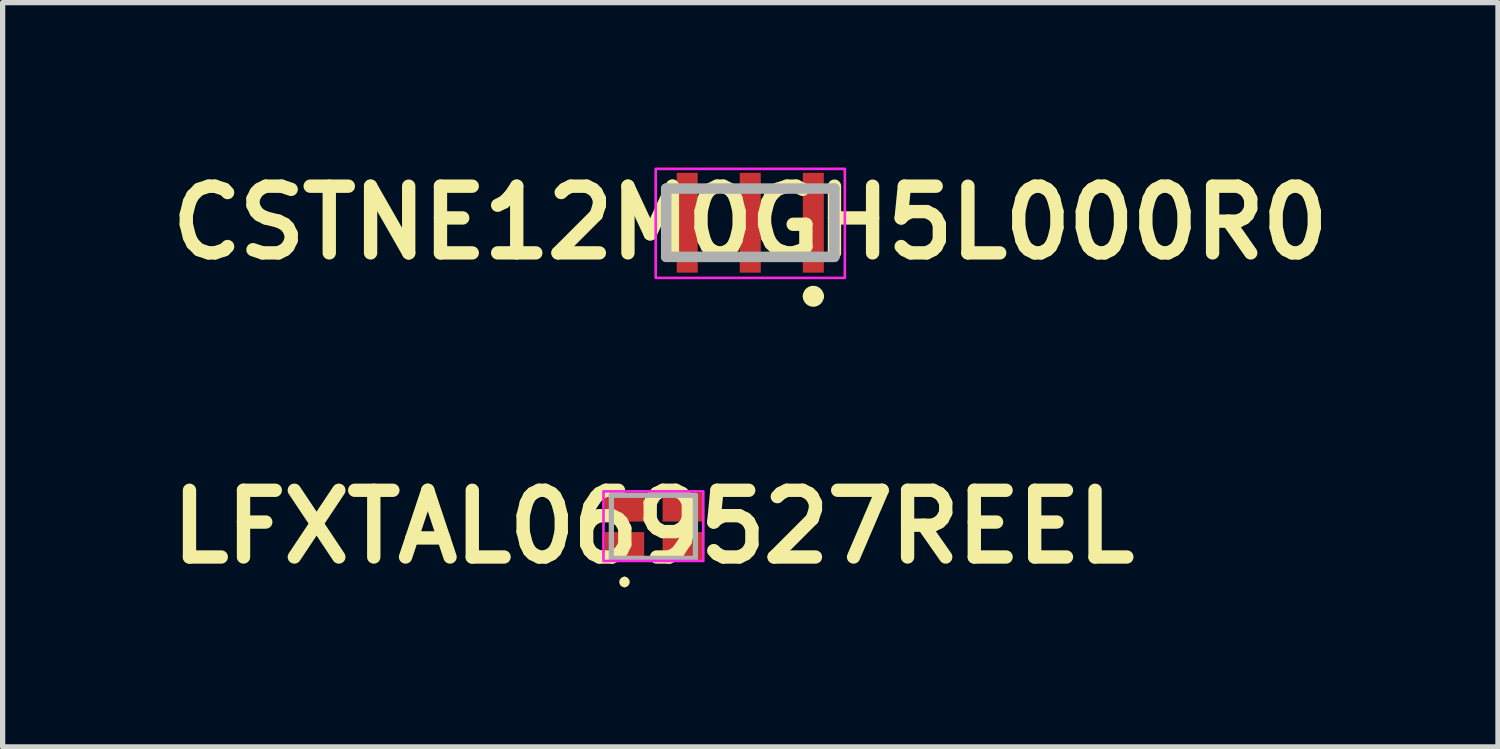
<source format=kicad_pcb>
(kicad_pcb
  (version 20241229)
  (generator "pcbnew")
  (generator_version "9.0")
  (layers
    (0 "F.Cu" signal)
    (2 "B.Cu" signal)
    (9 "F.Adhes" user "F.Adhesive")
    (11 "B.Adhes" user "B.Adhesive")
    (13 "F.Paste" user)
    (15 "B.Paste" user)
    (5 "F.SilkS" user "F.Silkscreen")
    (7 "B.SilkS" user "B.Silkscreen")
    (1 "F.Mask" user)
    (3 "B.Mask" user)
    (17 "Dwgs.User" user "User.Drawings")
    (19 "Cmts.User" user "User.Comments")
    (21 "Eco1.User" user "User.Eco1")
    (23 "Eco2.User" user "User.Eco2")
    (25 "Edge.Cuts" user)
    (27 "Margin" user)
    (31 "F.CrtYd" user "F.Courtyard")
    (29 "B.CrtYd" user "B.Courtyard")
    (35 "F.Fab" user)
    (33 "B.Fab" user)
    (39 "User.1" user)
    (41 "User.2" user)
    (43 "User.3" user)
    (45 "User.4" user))
  (footprint "CSTNE12M0GH5L000R0"
    (layer "F.Cu")
    (at 11.23 1.189)
    (property "Reference" "CSTNE12M0GH5L000R0" (at 0 0 0) (layer "F.SilkS") (effects (font (size 1.27 1.27) (thickness 0.254))))
    (attr smd)
    (fp_line (start -1.6 -0.65) (end -1.6 0.65) (stroke (width 0.1) (type solid)) (layer "F.SilkS"))
    (fp_line (start 1.1 1.4) (end 1.1 1.4) (stroke (width 0.2) (type solid)) (layer "F.SilkS"))
    (fp_line (start 1.3 1.4) (end 1.3 1.4) (stroke (width 0.2) (type solid)) (layer "F.SilkS"))
    (fp_line (start 1.6 -0.65) (end 1.6 0.65) (stroke (width 0.1) (type solid)) (layer "F.SilkS"))
    (fp_arc (start 1.1 1.4) (mid 1.2 1.3) (end 1.3 1.4) (stroke (width 0.2) (type solid)) (layer "F.SilkS"))
    (fp_arc (start 1.3 1.4) (mid 1.2 1.5) (end 1.1 1.4) (stroke (width 0.2) (type solid)) (layer "F.SilkS"))
    (fp_rect (start -1.8 -1.025) (end 1.8 1.05) (stroke (width 0.05) (type default)) (fill no) (layer "F.CrtYd"))
    (fp_line (start -1.6 -0.65) (end 1.6 -0.65) (stroke (width 0.2) (type solid)) (layer "F.Fab"))
    (fp_line (start -1.6 0.65) (end -1.6 -0.65) (stroke (width 0.2) (type solid)) (layer "F.Fab"))
    (fp_line (start 1.6 -0.65) (end 1.6 0.65) (stroke (width 0.2) (type solid)) (layer "F.Fab"))
    (fp_line (start 1.6 0.65) (end -1.6 0.65) (stroke (width 0.2) (type solid)) (layer "F.Fab"))
    (pad "1" smd rect (at 1.2 0) (size 0.4 1.9) (layers "F.Cu" "F.Mask" "F.Paste"))
    (pad "2" smd rect (at 0 0) (size 0.4 1.9) (layers "F.Cu" "F.Mask" "F.Paste"))
    (pad "3" smd rect (at -1.2 0) (size 0.4 1.9) (layers "F.Cu" "F.Mask" "F.Paste")))
  (footprint "LFXTAL069527REEL"
    (layer "F.Cu")
    (at 9.386 6.977)
    (property "Reference" "LFXTAL069527REEL" (at 0 0 0) (layer "F.SilkS") (effects (font (size 1.27 1.27) (thickness 0.254))))
    (attr smd)
    (fp_line (start -0.55 1) (end -0.55 1) (stroke (width 0.1) (type solid)) (layer "F.SilkS"))
    (fp_line (start -0.55 1.1) (end -0.55 1.1) (stroke (width 0.1) (type solid)) (layer "F.SilkS"))
    (fp_arc (start -0.55 1) (mid -0.5 1.05) (end -0.55 1.1) (stroke (width 0.1) (type solid)) (layer "F.SilkS"))
    (fp_arc (start -0.55 1.1) (mid -0.6 1.05) (end -0.55 1) (stroke (width 0.1) (type solid)) (layer "F.SilkS"))
    (fp_rect (start -0.95 -0.675) (end 0.95 0.65) (stroke (width 0.05) (type default)) (fill no) (layer "F.CrtYd"))
    (fp_line (start -0.8 -0.6) (end 0.8 -0.6) (stroke (width 0.1) (type solid)) (layer "F.Fab"))
    (fp_line (start -0.8 0.6) (end -0.8 -0.6) (stroke (width 0.1) (type solid)) (layer "F.Fab"))
    (fp_line (start 0.8 -0.6) (end 0.8 0.6) (stroke (width 0.1) (type solid)) (layer "F.Fab"))
    (fp_line (start 0.8 0.6) (end -0.8 0.6) (stroke (width 0.1) (type solid)) (layer "F.Fab"))
    (pad "1" smd rect (at -0.55 0.375 90) (size 0.55 0.75) (layers "F.Cu" "F.Mask" "F.Paste"))
    (pad "2" smd rect (at 0.55 0.375 90) (size 0.55 0.75) (layers "F.Cu" "F.Mask" "F.Paste"))
    (pad "3" smd rect (at 0.55 -0.375 90) (size 0.55 0.75) (layers "F.Cu" "F.Mask" "F.Paste"))
    (pad "4" smd rect (at -0.55 -0.375 90) (size 0.55 0.75) (layers "F.Cu" "F.Mask" "F.Paste")))
  (gr_rect
    (start -3 -3)
    (end 25.461 11.166)
    (stroke (width 0.1) (type default))
    (fill no)
    (layer "Edge.Cuts")))
</source>
